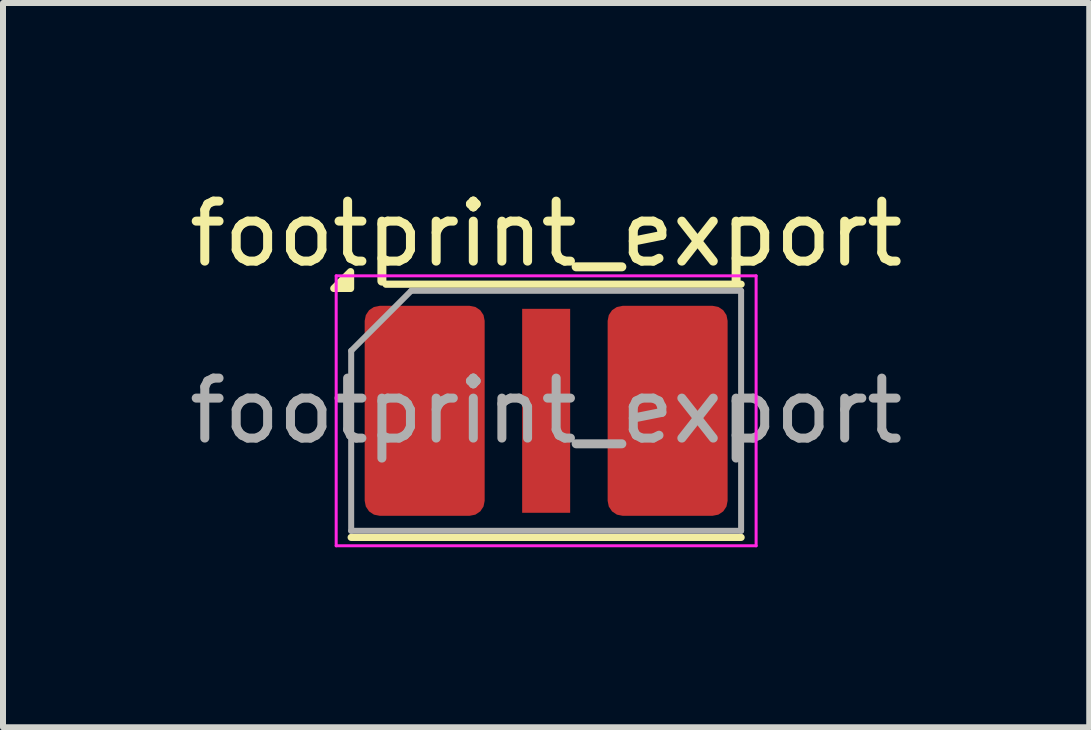
<source format=kicad_pcb>
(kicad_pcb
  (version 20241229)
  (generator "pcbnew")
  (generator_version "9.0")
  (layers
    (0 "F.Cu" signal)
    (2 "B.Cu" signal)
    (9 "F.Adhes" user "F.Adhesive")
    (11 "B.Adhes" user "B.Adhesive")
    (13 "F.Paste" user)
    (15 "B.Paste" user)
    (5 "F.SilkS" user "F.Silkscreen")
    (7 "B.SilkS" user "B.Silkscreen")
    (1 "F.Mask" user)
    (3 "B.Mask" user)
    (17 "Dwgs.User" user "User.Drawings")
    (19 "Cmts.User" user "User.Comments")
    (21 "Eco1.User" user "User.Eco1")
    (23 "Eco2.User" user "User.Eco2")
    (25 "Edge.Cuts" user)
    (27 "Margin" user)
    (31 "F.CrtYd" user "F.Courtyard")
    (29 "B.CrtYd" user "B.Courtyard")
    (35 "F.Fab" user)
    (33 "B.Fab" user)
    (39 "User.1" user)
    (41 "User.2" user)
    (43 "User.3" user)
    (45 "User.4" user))
  (footprint "footprint_export"
    (layer "F.Cu")
    (at 6.054 3.798)
    (property "Reference" "footprint_export" (at 0 -2.95 0) (layer "F.SilkS") (effects (font (size 1 1) (thickness 0.15))))
    (attr smd)
    (fp_line (start -3.25 2.11) (end 3.25 2.11) (stroke (width 0.12) (type solid)) (layer "F.SilkS"))
    (fp_line (start -2.67 -2.11) (end 3.25 -2.11) (stroke (width 0.12) (type solid)) (layer "F.SilkS"))
    (fp_poly (pts (xy -3.26 -2.04) (xy -3.54 -2.04) (xy -3.26 -2.32) (xy -3.26 -2.04)) (stroke (width 0.12) (type solid)) (fill yes) (layer "F.SilkS"))
    (fp_line (start -3.5 -2.25) (end -3.5 2.25) (stroke (width 0.05) (type solid)) (layer "F.CrtYd"))
    (fp_line (start -3.5 2.25) (end 3.5 2.25) (stroke (width 0.05) (type solid)) (layer "F.CrtYd"))
    (fp_line (start 3.5 -2.25) (end -3.5 -2.25) (stroke (width 0.05) (type solid)) (layer "F.CrtYd"))
    (fp_line (start 3.5 2.25) (end 3.5 -2.25) (stroke (width 0.05) (type solid)) (layer "F.CrtYd"))
    (fp_line (start -3.25 -1) (end -2.25 -2) (stroke (width 0.1) (type solid)) (layer "F.Fab"))
    (fp_line (start -3.25 2) (end -3.25 -1) (stroke (width 0.1) (type solid)) (layer "F.Fab"))
    (fp_line (start -2.25 -2) (end 3.25 -2) (stroke (width 0.1) (type solid)) (layer "F.Fab"))
    (fp_line (start 3.25 -2) (end 3.25 2) (stroke (width 0.1) (type solid)) (layer "F.Fab"))
    (fp_line (start 3.25 2) (end -3.25 2) (stroke (width 0.1) (type solid)) (layer "F.Fab"))
    (fp_text user "${REFERENCE}" (at 0 0 0) (layer "F.Fab") (effects (font (size 1 1) (thickness 0.15))))
    (pad "1" smd roundrect (at -2.025 0) (size 2 3.5) (layers "F.Cu" "F.Mask" "F.Paste") (roundrect_rratio 0.125))
    (pad "2" smd rect (at 0 0) (size 0.8 3.4) (layers "F.Cu" "F.Mask" "F.Paste"))
    (pad "3" smd roundrect (at 2.025 0) (size 2 3.5) (layers "F.Cu" "F.Mask" "F.Paste") (roundrect_rratio 0.125)))
  (gr_rect
    (start -3 -3)
    (end 15.107 9.073)
    (stroke (width 0.1) (type default))
    (fill no)
    (layer "Edge.Cuts")))
</source>
